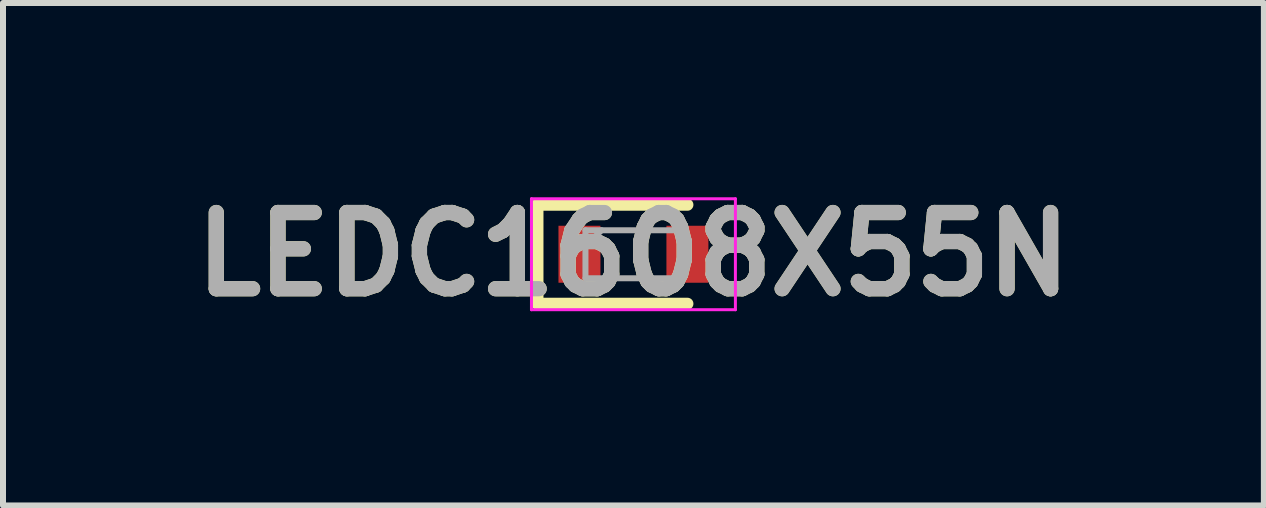
<source format=kicad_pcb>
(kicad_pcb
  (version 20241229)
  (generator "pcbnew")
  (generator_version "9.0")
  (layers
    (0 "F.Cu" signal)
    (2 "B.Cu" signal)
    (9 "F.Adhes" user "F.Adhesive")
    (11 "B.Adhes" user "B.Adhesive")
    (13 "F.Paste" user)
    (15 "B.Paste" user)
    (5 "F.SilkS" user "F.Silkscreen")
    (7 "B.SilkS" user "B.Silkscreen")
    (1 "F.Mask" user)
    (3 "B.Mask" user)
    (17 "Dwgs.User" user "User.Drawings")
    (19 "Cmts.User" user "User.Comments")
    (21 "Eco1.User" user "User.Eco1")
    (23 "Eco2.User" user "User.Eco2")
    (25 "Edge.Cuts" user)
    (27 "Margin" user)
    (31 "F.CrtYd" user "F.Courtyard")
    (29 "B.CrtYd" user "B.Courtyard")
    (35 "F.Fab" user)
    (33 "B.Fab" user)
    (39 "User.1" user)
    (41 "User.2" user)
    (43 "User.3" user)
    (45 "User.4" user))
  (footprint "LEDC1608X55N"
    (layer "F.Cu")
    (at 7.511 1.189)
    (property "Reference" "LEDC1608X55N" (at 0 0 0) (layer "F.SilkS") (effects (font (size 1.27 1.27) (thickness 0.254))))
    (attr smd)
    (fp_line (start -1.6 -0.825) (end -1.6 0.825) (stroke (width 0.2) (type solid)) (layer "F.SilkS"))
    (fp_line (start -1.6 0.825) (end 0.9 0.825) (stroke (width 0.2) (type solid)) (layer "F.SilkS"))
    (fp_line (start 0.9 -0.825) (end -1.6 -0.825) (stroke (width 0.2) (type solid)) (layer "F.SilkS"))
    (fp_line (start -1.7 -0.925) (end 1.7 -0.925) (stroke (width 0.05) (type solid)) (layer "F.CrtYd"))
    (fp_line (start -1.7 0.925) (end -1.7 -0.925) (stroke (width 0.05) (type solid)) (layer "F.CrtYd"))
    (fp_line (start 1.7 -0.925) (end 1.7 0.925) (stroke (width 0.05) (type solid)) (layer "F.CrtYd"))
    (fp_line (start 1.7 0.925) (end -1.7 0.925) (stroke (width 0.05) (type solid)) (layer "F.CrtYd"))
    (fp_line (start -0.8 -0.4) (end 0.8 -0.4) (stroke (width 0.1) (type solid)) (layer "F.Fab"))
    (fp_line (start -0.8 -0.133) (end -0.533 -0.4) (stroke (width 0.1) (type solid)) (layer "F.Fab"))
    (fp_line (start -0.8 0.4) (end -0.8 -0.4) (stroke (width 0.1) (type solid)) (layer "F.Fab"))
    (fp_line (start 0.8 -0.4) (end 0.8 0.4) (stroke (width 0.1) (type solid)) (layer "F.Fab"))
    (fp_line (start 0.8 0.4) (end -0.8 0.4) (stroke (width 0.1) (type solid)) (layer "F.Fab"))
    (fp_text user "${REFERENCE}" (at 0 0 0) (layer "F.Fab") (effects (font (size 1.27 1.27) (thickness 0.254))))
    (pad "1" smd rect (at -0.9 0) (size 0.7 0.95) (layers "F.Cu" "F.Mask" "F.Paste"))
    (pad "2" smd rect (at 0.9 0) (size 0.7 0.95) (layers "F.Cu" "F.Mask" "F.Paste")))
  (gr_rect
    (start -3 -3)
    (end 18.022 5.377)
    (stroke (width 0.1) (type default))
    (fill no)
    (layer "Edge.Cuts")))
</source>
